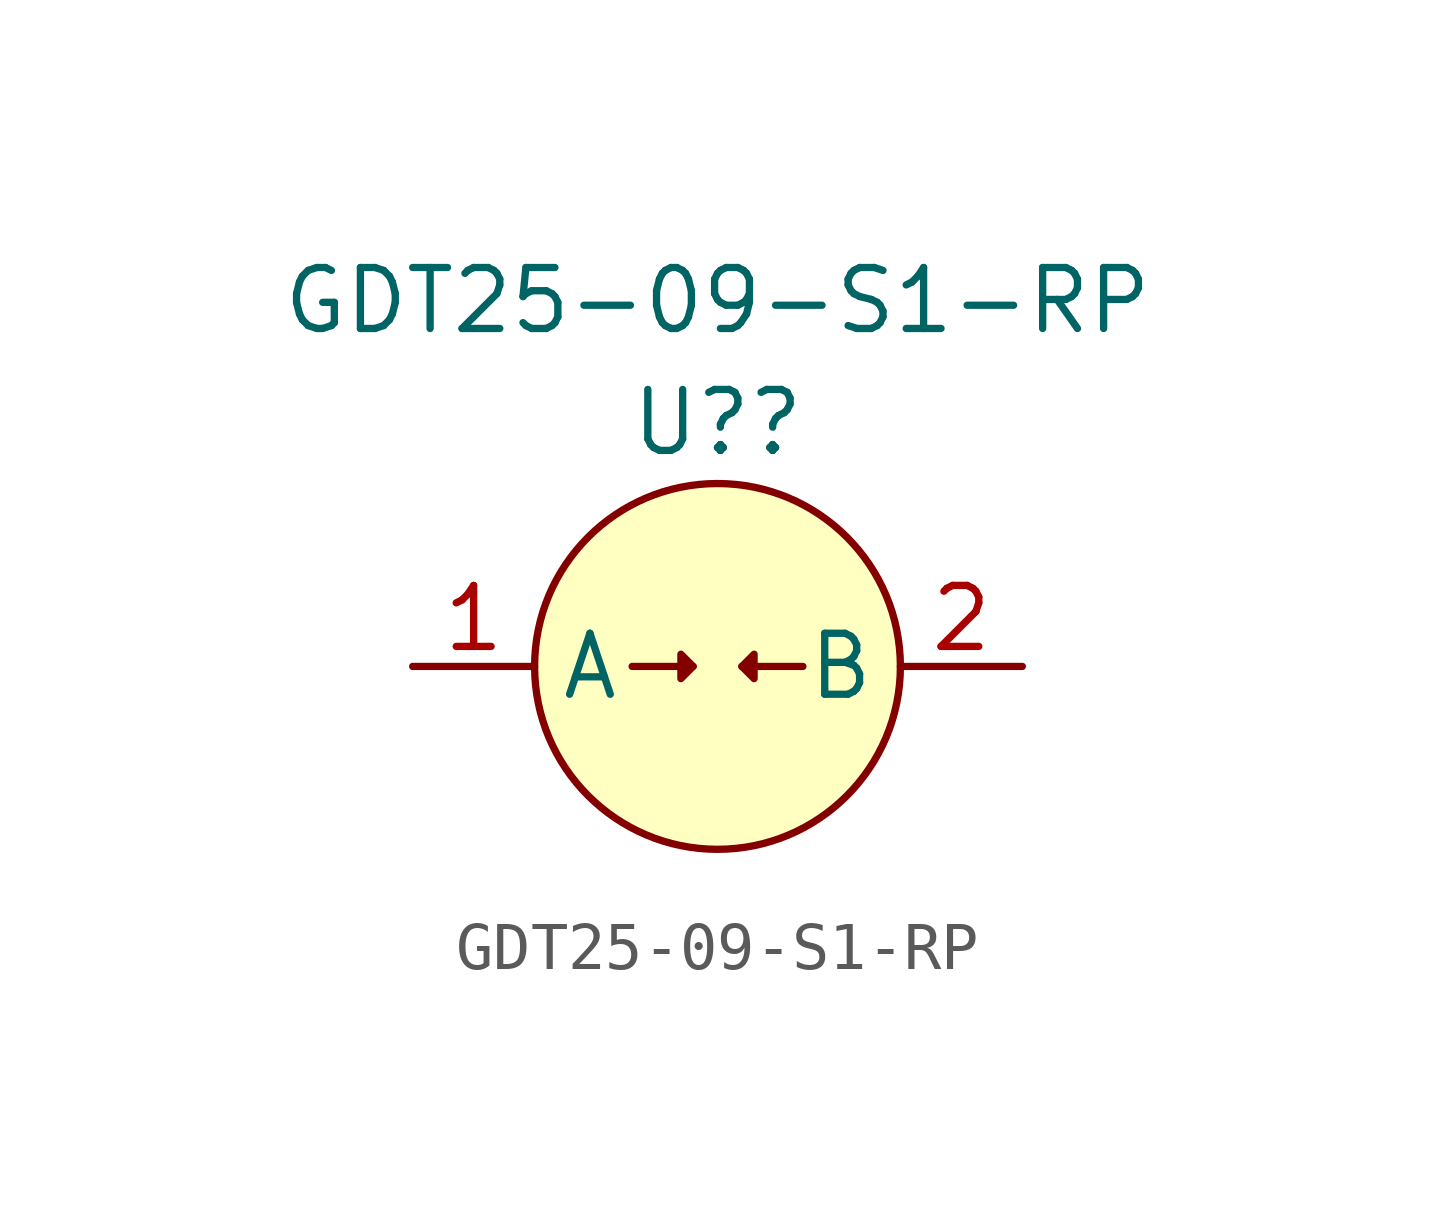
<source format=kicad_sym>
(kicad_symbol_lib
  (version 20211014)
  (generator kicad_symbol_editor)
  (symbol "GDT25-09-S1-RP"
    (property "Reference" "U?"
      (at 0 0 0)
      (effects (font (size 1.27 1.27))))
    (property "Value" "GDT25-09-S1-RP"
      (at 0 2.54 0)
      (effects (font (size 1.27 1.27))))
    (symbol "GDT25-09-S1-RP_0_1"
      (circle (center 0 -5.08) (radius 3.81) (stroke (width 0) (type default) (color 0 0 0 0)) (fill (type background)))
      (polyline (pts (xy -1.778 -5.08) (xy -0.508 -5.08)) (stroke (width 0) (type default) (color 0 0 0 0)) (fill (type none)))
      (polyline (pts (xy 1.778 -5.08) (xy 0.508 -5.08)) (stroke (width 0) (type default) (color 0 0 0 0)) (fill (type none)))
      (polyline (pts (xy -0.508 -5.08) (xy -0.762 -4.826) (xy -0.762 -5.08) (xy -0.762 -5.334) (xy -0.508 -5.08)) (stroke (width 0) (type default) (color 0 0 0 0)) (fill (type none)))
      (polyline (pts (xy 0.508 -5.08) (xy 0.762 -4.826) (xy 0.762 -5.08) (xy 0.762 -5.334) (xy 0.508 -5.08)) (stroke (width 0) (type default) (color 0 0 0 0)) (fill (type none))))
    (symbol "GDT25-09-S1-RP_1_1"
      (pin input line (at -6.35 -5.08 0) (length 2.54) (name "A" (effects (font (size 1.27 1.27)))) (number "1" (effects (font (size 1.27 1.27)))))
      (pin input line (at 6.35 -5.08 180) (length 2.54) (name "B" (effects (font (size 1.27 1.27)))) (number "2" (effects (font (size 1.27 1.27))))))))
</source>
